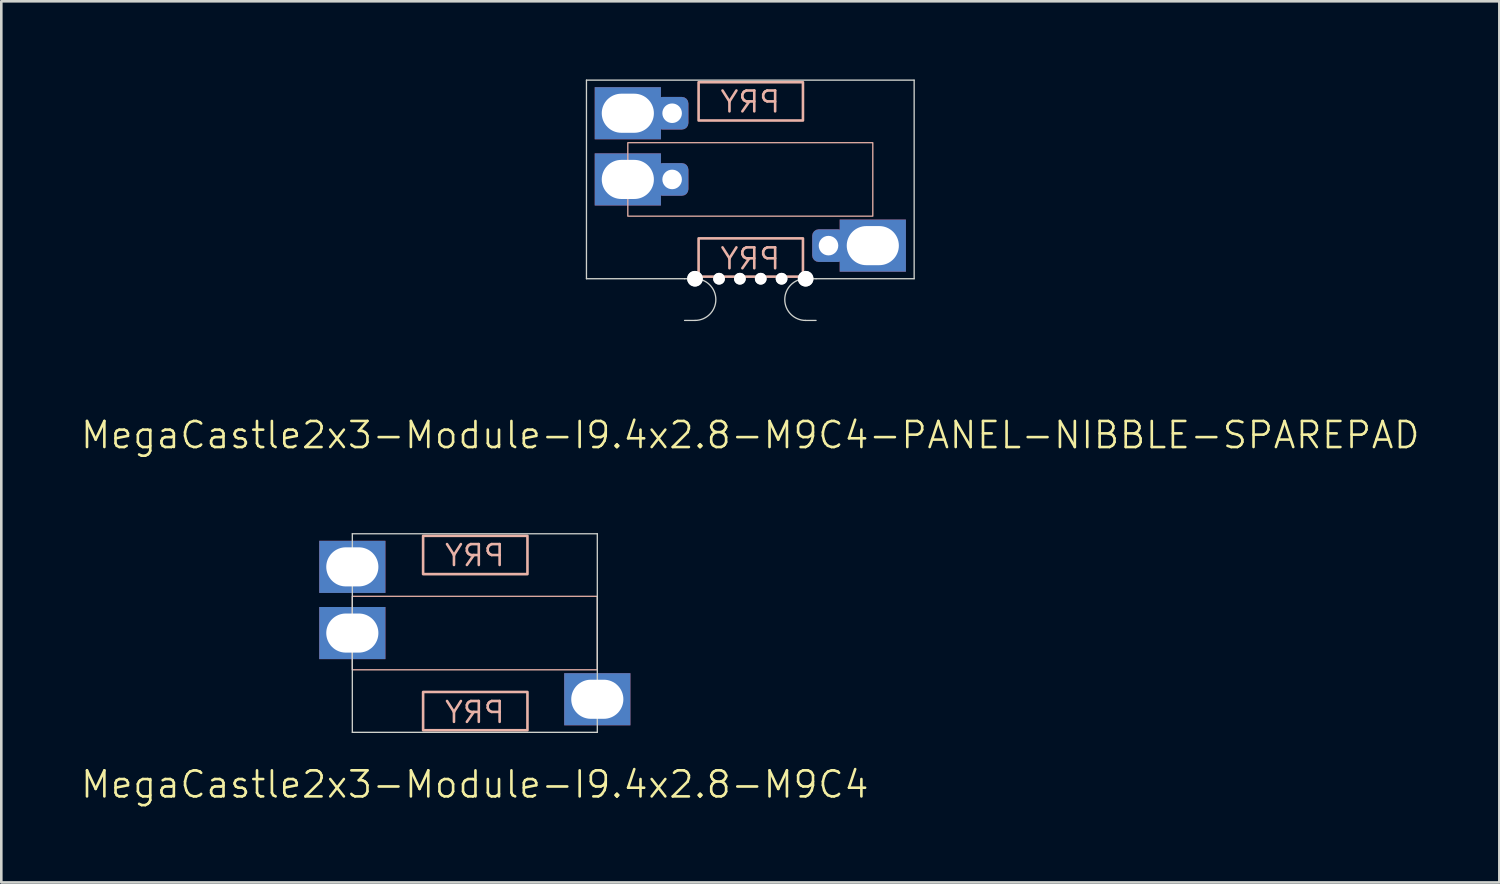
<source format=kicad_pcb>
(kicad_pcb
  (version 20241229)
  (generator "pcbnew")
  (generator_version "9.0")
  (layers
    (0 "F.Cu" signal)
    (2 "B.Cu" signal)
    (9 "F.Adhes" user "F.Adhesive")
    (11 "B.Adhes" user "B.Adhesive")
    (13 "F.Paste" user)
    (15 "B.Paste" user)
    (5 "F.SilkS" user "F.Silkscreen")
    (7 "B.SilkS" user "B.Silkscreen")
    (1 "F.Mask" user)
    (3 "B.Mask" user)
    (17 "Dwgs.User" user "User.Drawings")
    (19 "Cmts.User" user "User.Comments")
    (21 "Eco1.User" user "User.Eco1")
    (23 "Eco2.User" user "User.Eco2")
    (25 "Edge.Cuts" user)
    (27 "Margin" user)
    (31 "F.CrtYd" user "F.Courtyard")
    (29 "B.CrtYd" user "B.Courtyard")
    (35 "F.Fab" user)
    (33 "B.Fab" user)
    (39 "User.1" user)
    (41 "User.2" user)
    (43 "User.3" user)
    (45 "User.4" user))
  (footprint "MegaCastle2x3-Module-I9.4x2.8-M9C4"
    (layer "F.Cu")
    (at 15.169 21.241)
    (property "Reference" "MegaCastle2x3-Module-I9.4x2.8-M9C4" (at 0 5.81 0) (unlocked yes) (layer "F.SilkS") (effects (font (size 1 1) (thickness 0.1))))
    (attr smd)
    (fp_rect (start -4.7 1.41) (end 4.7 -1.41) (stroke (width 0.05) (type default)) (fill no) (layer "B.SilkS"))
    (fp_rect (start -1.984 -2.261) (end 2.02 -3.73) (stroke (width 0.1) (type default)) (fill no) (layer "B.SilkS"))
    (fp_rect (start -1.984 2.261) (end 2.02 3.73) (stroke (width 0.1) (type default)) (fill no) (layer "B.SilkS"))
    (fp_line (start -4.7 -3.81) (end -4.7 3.81) (stroke (width 0.05) (type default)) (layer "Edge.Cuts"))
    (fp_line (start -4.7 -3.81) (end 4.7 -3.81) (stroke (width 0.05) (type default)) (layer "Edge.Cuts"))
    (fp_line (start -4.7 3.81) (end 4.7 3.81) (stroke (width 0.05) (type default)) (layer "Edge.Cuts"))
    (fp_line (start 4.7 -3.81) (end 4.7 3.81) (stroke (width 0.05) (type default)) (layer "Edge.Cuts"))
    (fp_text user "PRY" (at 0 -2.51 0) (unlocked yes) (layer "B.SilkS") (effects (font (size 0.8 0.8) (thickness 0.1)) (justify bottom mirror)))
    (fp_text user "PRY" (at 0 3.51 0) (unlocked yes) (layer "B.SilkS") (effects (font (size 0.8 0.8) (thickness 0.1)) (justify bottom mirror)))
    (pad "1" thru_hole rect (at -4.7 -2.54) (size 2.54 2) (drill oval 2 1.5) (property pad_prop_castellated) (layers "*.Cu" "*.Mask"))
    (pad "2" thru_hole rect (at -4.7 0) (size 2.54 2) (drill oval 2 1.5) (property pad_prop_castellated) (layers "*.Cu" "*.Mask"))
    (pad "6" thru_hole rect (at 4.7 2.54) (size 2.54 2) (drill oval 2 1.5) (property pad_prop_castellated) (layers "*.Cu" "*.Mask"))
    (zone (net_name "") (layer "B.Cu") (hatch edge 0.5) (connect_pads) (min_thickness 0.25) (filled_areas_thickness no) (keepout (tracks allowed) (vias allowed) (pads allowed) (copperpour allowed) (footprints not_allowed)) (placement (enabled no)) (fill) (polygon (pts (xy 10.469 25.05) (xy 10.469 17.43))))
    (zone (net_name "") (layer "B.Cu") (hatch edge 0.5) (connect_pads) (min_thickness 0.25) (filled_areas_thickness no) (keepout (tracks allowed) (vias allowed) (pads allowed) (copperpour allowed) (footprints not_allowed)) (placement (enabled no)) (fill) (polygon (pts (xy 19.869 25.05) (xy 19.869 17.43))))
    (zone (net_name "") (layer "B.Cu") (hatch edge 0.5) (connect_pads) (min_thickness 0.25) (filled_areas_thickness no) (keepout (tracks allowed) (vias allowed) (pads allowed) (copperpour allowed) (footprints not_allowed)) (placement (enabled no)) (fill) (polygon (pts (xy 10.469 17.43) (xy 10.469 19.831) (xy 19.869 19.831) (xy 19.869 17.43))))
    (zone (net_name "") (layer "B.Cu") (hatch edge 0.5) (connect_pads) (min_thickness 0.25) (filled_areas_thickness no) (keepout (tracks allowed) (vias allowed) (pads allowed) (copperpour allowed) (footprints not_allowed)) (placement (enabled no)) (fill) (polygon (pts (xy 10.469 25.05) (xy 10.469 22.651) (xy 19.869 22.651) (xy 19.869 25.05))))
    (zone (net_name "") (layer "B.Cu") (name "Upper Pry Zone") (hatch edge 0.5) (connect_pads) (min_thickness 0.25) (filled_areas_thickness no) (keepout (tracks not_allowed) (vias not_allowed) (pads not_allowed) (copperpour allowed) (footprints not_allowed)) (placement (enabled no)) (fill) (polygon (pts (xy 13.185 18.979) (xy 13.185 17.511) (xy 17.189 17.511) (xy 17.189 18.979))))
    (zone (net_name "") (layer "B.Cu") (name "Upper Pry Zone") (hatch edge 0.5) (connect_pads) (min_thickness 0.25) (filled_areas_thickness no) (keepout (tracks not_allowed) (vias not_allowed) (pads not_allowed) (copperpour allowed) (footprints not_allowed)) (placement (enabled no)) (fill) (polygon (pts (xy 13.185 23.502) (xy 13.185 24.971) (xy 17.189 24.971) (xy 17.189 23.502)))))
  (footprint "MegaCastle2x3-Module-I9.4x2.8-M9C4-PANEL-NIBBLE-SPAREPAD"
    (layer "F.Cu")
    (at 25.74 3.835)
    (property "Reference" "MegaCastle2x3-Module-I9.4x2.8-M9C4-PANEL-NIBBLE-SPAREPAD" (at 0 9.81 0) (unlocked yes) (layer "F.SilkS") (effects (font (size 1 1) (thickness 0.1))))
    (attr smd)
    (fp_rect (start -4.7 1.41) (end 4.7 -1.41) (stroke (width 0.05) (type default)) (fill no) (layer "B.SilkS"))
    (fp_rect (start -1.984 -2.261) (end 2.02 -3.73) (stroke (width 0.1) (type default)) (fill no) (layer "B.SilkS"))
    (fp_rect (start -1.984 2.261) (end 2.02 3.73) (stroke (width 0.1) (type default)) (fill no) (layer "B.SilkS"))
    (fp_line (start -6.287 -3.81) (end -6.287 3.81) (stroke (width 0.05) (type default)) (layer "Edge.Cuts"))
    (fp_line (start -6.287 -3.81) (end 6.287 -3.81) (stroke (width 0.05) (type default)) (layer "Edge.Cuts"))
    (fp_line (start -6.287 3.81) (end -2.522 3.81) (stroke (width 0.05) (type default)) (layer "Edge.Cuts"))
    (fp_line (start -2.522 3.81) (end -2.123 3.81) (stroke (width 0.05) (type default)) (layer "Edge.Cuts"))
    (fp_line (start -2.522 5.41) (end -2.123 5.41) (stroke (width 0.05) (type default)) (layer "Edge.Cuts"))
    (fp_line (start 2.522 3.81) (end 2.123 3.81) (stroke (width 0.05) (type default)) (layer "Edge.Cuts"))
    (fp_line (start 2.522 3.81) (end 6.287 3.81) (stroke (width 0.05) (type default)) (layer "Edge.Cuts"))
    (fp_line (start 2.522 5.41) (end 2.123 5.41) (stroke (width 0.05) (type default)) (layer "Edge.Cuts"))
    (fp_line (start 6.287 -3.81) (end 6.287 3.81) (stroke (width 0.05) (type default)) (layer "Edge.Cuts"))
    (fp_arc (start -2.1225 3.81) (mid -1.3225 4.61) (end -2.1225 5.41) (stroke (width 0.05) (type default)) (layer "Edge.Cuts"))
    (fp_arc (start 2.1225 5.41) (mid 1.3225 4.61) (end 2.1225 3.81) (stroke (width 0.05) (type default)) (layer "Edge.Cuts"))
    (fp_text user "PRY" (at 0 -2.51 0) (unlocked yes) (layer "B.SilkS") (effects (font (size 0.8 0.8) (thickness 0.1)) (justify bottom mirror)))
    (fp_text user "PRY" (at 0 3.51 0) (unlocked yes) (layer "B.SilkS") (effects (font (size 0.8 0.8) (thickness 0.1)) (justify bottom mirror)))
    (pad "" np_thru_hole circle (at -2.123 3.81) (size 0.6 0.6) (drill 0.6) (layers "*.Cu" "Edge.Cuts"))
    (pad "" np_thru_hole circle (at -1.2 3.81) (size 0.45 0.45) (drill 0.45) (layers "*.Cu" "Edge.Cuts"))
    (pad "" np_thru_hole circle (at -0.4 3.81) (size 0.45 0.45) (drill 0.45) (layers "*.Cu" "Edge.Cuts"))
    (pad "" np_thru_hole circle (at 0.4 3.81) (size 0.45 0.45) (drill 0.45) (layers "*.Cu" "Edge.Cuts"))
    (pad "" np_thru_hole circle (at 1.2 3.81) (size 0.45 0.45) (drill 0.45) (layers "*.Cu" "Edge.Cuts"))
    (pad "" np_thru_hole circle (at 2.123 3.81) (size 0.6 0.6) (drill 0.6) (layers "*.Cu" "Edge.Cuts"))
    (pad "1" thru_hole rect (at -4.7 -2.54) (size 2.54 2) (drill oval 2 1.5) (property pad_prop_castellated) (layers "*.Cu" "*.Mask"))
    (pad "1" thru_hole roundrect (at -3 -2.54 180) (size 1.25 1.25) (drill 0.75) (layers "*.Cu" "*.Mask") (roundrect_rratio 0.2))
    (pad "2" thru_hole rect (at -4.7 0) (size 2.54 2) (drill oval 2 1.5) (property pad_prop_castellated) (layers "*.Cu" "*.Mask"))
    (pad "2" thru_hole roundrect (at -3 0 180) (size 1.25 1.25) (drill 0.75) (layers "*.Cu" "*.Mask") (roundrect_rratio 0.2))
    (pad "6" thru_hole roundrect (at 3 2.54 180) (size 1.25 1.25) (drill 0.75) (layers "*.Cu" "*.Mask") (roundrect_rratio 0.2))
    (pad "6" thru_hole rect (at 4.7 2.54) (size 2.54 2) (drill oval 2 1.5) (property pad_prop_castellated) (layers "*.Cu" "*.Mask"))
    (zone (net_name "") (layer "B.Cu") (hatch edge 0.5) (connect_pads) (min_thickness 0.25) (filled_areas_thickness no) (keepout (tracks allowed) (vias allowed) (pads allowed) (copperpour allowed) (footprints not_allowed)) (placement (enabled no)) (fill) (polygon (pts (xy 21.04 7.645) (xy 21.04 0.025))))
    (zone (net_name "") (layer "B.Cu") (hatch edge 0.5) (connect_pads) (min_thickness 0.25) (filled_areas_thickness no) (keepout (tracks allowed) (vias allowed) (pads allowed) (copperpour allowed) (footprints not_allowed)) (placement (enabled no)) (fill) (polygon (pts (xy 30.44 7.645) (xy 30.44 0.025))))
    (zone (net_name "") (layer "B.Cu") (hatch edge 0.5) (connect_pads) (min_thickness 0.25) (filled_areas_thickness no) (keepout (tracks allowed) (vias allowed) (pads allowed) (copperpour allowed) (footprints not_allowed)) (placement (enabled no)) (fill) (polygon (pts (xy 21.04 0.025) (xy 21.04 2.425) (xy 30.44 2.425) (xy 30.44 0.025))))
    (zone (net_name "") (layer "B.Cu") (hatch edge 0.5) (connect_pads) (min_thickness 0.25) (filled_areas_thickness no) (keepout (tracks allowed) (vias allowed) (pads allowed) (copperpour allowed) (footprints not_allowed)) (placement (enabled no)) (fill) (polygon (pts (xy 21.04 7.645) (xy 21.04 5.245) (xy 30.44 5.245) (xy 30.44 7.645))))
    (zone (net_name "") (layer "B.Cu") (name "Upper Pry Zone") (hatch edge 0.5) (connect_pads) (min_thickness 0.25) (filled_areas_thickness no) (keepout (tracks not_allowed) (vias not_allowed) (pads not_allowed) (copperpour allowed) (footprints not_allowed)) (placement (enabled no)) (fill) (polygon (pts (xy 23.756 1.574) (xy 23.756 0.105) (xy 27.76 0.105) (xy 27.76 1.574))))
    (zone (net_name "") (layer "B.Cu") (name "Upper Pry Zone") (hatch edge 0.5) (connect_pads) (min_thickness 0.25) (filled_areas_thickness no) (keepout (tracks not_allowed) (vias not_allowed) (pads not_allowed) (copperpour allowed) (footprints not_allowed)) (placement (enabled no)) (fill) (polygon (pts (xy 23.756 6.096) (xy 23.756 7.565) (xy 27.76 7.565) (xy 27.76 6.096)))))
  (gr_rect
    (start -3 -3)
    (end 54.481 30.811)
    (stroke (width 0.1) (type default))
    (fill no)
    (layer "Edge.Cuts")))
</source>
